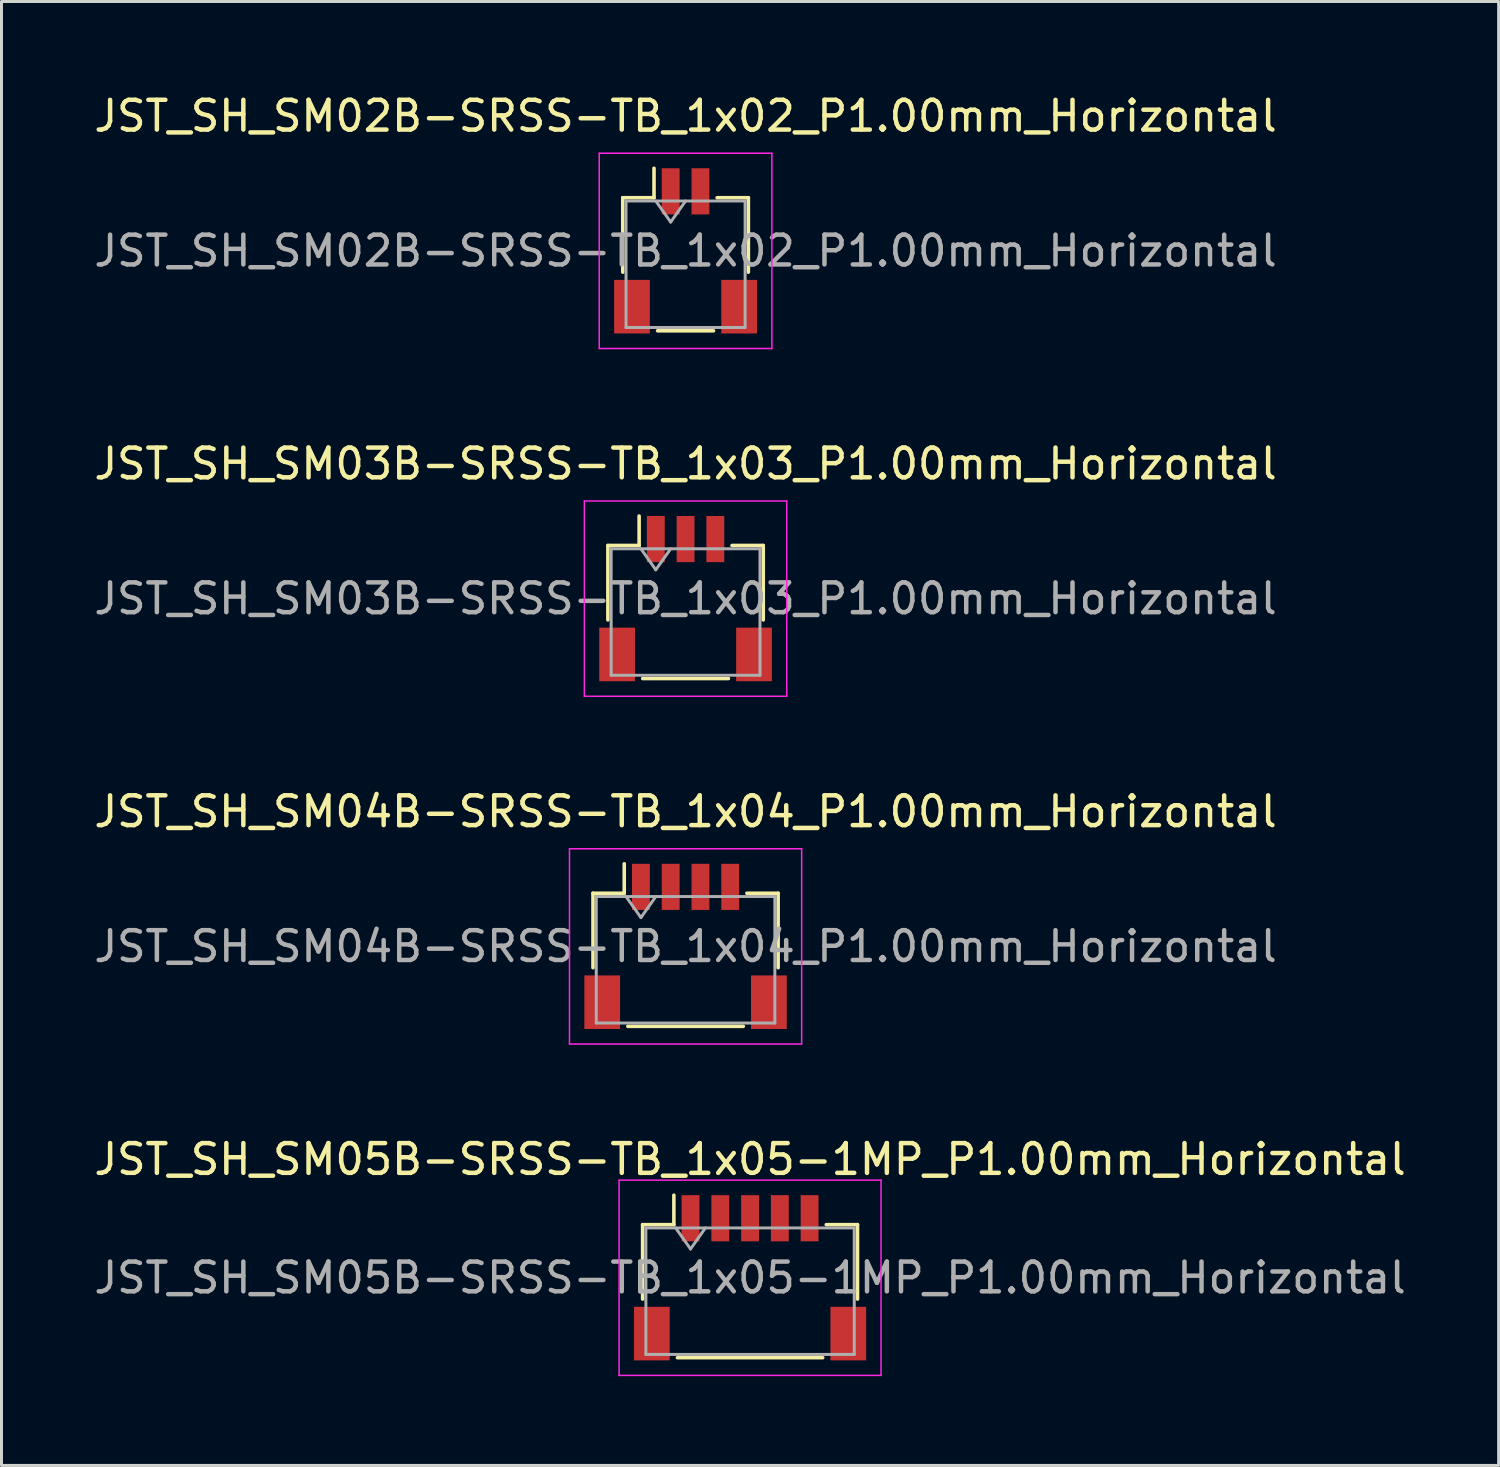
<source format=kicad_pcb>
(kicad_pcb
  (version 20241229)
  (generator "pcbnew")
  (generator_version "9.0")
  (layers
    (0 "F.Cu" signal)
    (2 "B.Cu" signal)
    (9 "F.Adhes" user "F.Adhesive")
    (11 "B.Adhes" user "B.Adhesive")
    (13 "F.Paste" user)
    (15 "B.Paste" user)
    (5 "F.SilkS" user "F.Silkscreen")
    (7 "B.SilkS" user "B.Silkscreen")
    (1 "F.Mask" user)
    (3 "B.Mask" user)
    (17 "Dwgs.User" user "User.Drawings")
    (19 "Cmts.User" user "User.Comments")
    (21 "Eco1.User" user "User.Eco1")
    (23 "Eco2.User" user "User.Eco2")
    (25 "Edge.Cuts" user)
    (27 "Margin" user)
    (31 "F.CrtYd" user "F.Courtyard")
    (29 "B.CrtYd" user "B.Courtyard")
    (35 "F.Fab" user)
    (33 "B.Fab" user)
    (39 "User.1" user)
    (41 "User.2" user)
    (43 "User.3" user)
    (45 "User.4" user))
  (footprint "JST_SH_SM02B-SRSS-TB_1x02_P1.00mm_Horizontal"
    (layer "F.Cu")
    (at 19.982 5.378)
    (property "Reference" "JST_SH_SM02B-SRSS-TB_1x02_P1.00mm_Horizontal" (at 0 -4.53 0) (layer "F.SilkS") (effects (font (size 1 1) (thickness 0.15))))
    (attr smd)
    (fp_line (start -2.11 -1.785) (end -1.06 -1.785) (stroke (width 0.12) (type solid)) (layer "F.SilkS"))
    (fp_line (start -2.11 0.715) (end -2.11 -1.785) (stroke (width 0.12) (type solid)) (layer "F.SilkS"))
    (fp_line (start -1.06 -1.785) (end -1.06 -2.775) (stroke (width 0.12) (type solid)) (layer "F.SilkS"))
    (fp_line (start -0.94 2.685) (end 0.94 2.685) (stroke (width 0.12) (type solid)) (layer "F.SilkS"))
    (fp_line (start 2.11 -1.785) (end 1.06 -1.785) (stroke (width 0.12) (type solid)) (layer "F.SilkS"))
    (fp_line (start 2.11 0.715) (end 2.11 -1.785) (stroke (width 0.12) (type solid)) (layer "F.SilkS"))
    (fp_line (start -2.9 -3.28) (end -2.9 3.28) (stroke (width 0.05) (type solid)) (layer "F.CrtYd"))
    (fp_line (start -2.9 3.28) (end 2.9 3.28) (stroke (width 0.05) (type solid)) (layer "F.CrtYd"))
    (fp_line (start 2.9 -3.28) (end -2.9 -3.28) (stroke (width 0.05) (type solid)) (layer "F.CrtYd"))
    (fp_line (start 2.9 3.28) (end 2.9 -3.28) (stroke (width 0.05) (type solid)) (layer "F.CrtYd"))
    (fp_line (start -2 -1.675) (end -2 2.575) (stroke (width 0.1) (type solid)) (layer "F.Fab"))
    (fp_line (start -2 -1.675) (end 2 -1.675) (stroke (width 0.1) (type solid)) (layer "F.Fab"))
    (fp_line (start -2 2.575) (end 2 2.575) (stroke (width 0.1) (type solid)) (layer "F.Fab"))
    (fp_line (start -1 -1.675) (end -0.5 -0.968) (stroke (width 0.1) (type solid)) (layer "F.Fab"))
    (fp_line (start -0.5 -0.968) (end 0 -1.675) (stroke (width 0.1) (type solid)) (layer "F.Fab"))
    (fp_line (start 2 -1.675) (end 2 2.575) (stroke (width 0.1) (type solid)) (layer "F.Fab"))
    (fp_text user "${REFERENCE}" (at 0 0 0) (layer "F.Fab") (effects (font (size 1 1) (thickness 0.15))))
    (pad "" smd rect (at -1.8 1.875) (size 1.2 1.8) (layers "F.Cu" "F.Mask" "F.Paste"))
    (pad "" smd rect (at 1.8 1.875) (size 1.2 1.8) (layers "F.Cu" "F.Mask" "F.Paste"))
    (pad "1" smd rect (at -0.5 -2) (size 0.6 1.55) (layers "F.Cu" "F.Mask" "F.Paste"))
    (pad "2" smd rect (at 0.5 -2) (size 0.6 1.55) (layers "F.Cu" "F.Mask" "F.Paste")))
  (footprint "JST_SH_SM03B-SRSS-TB_1x03_P1.00mm_Horizontal"
    (layer "F.Cu")
    (at 19.982 17.061)
    (property "Reference" "JST_SH_SM03B-SRSS-TB_1x03_P1.00mm_Horizontal" (at 0 -4.53 0) (layer "F.SilkS") (effects (font (size 1 1) (thickness 0.15))))
    (attr smd)
    (fp_line (start -2.61 -1.785) (end -1.56 -1.785) (stroke (width 0.12) (type solid)) (layer "F.SilkS"))
    (fp_line (start -2.61 0.715) (end -2.61 -1.785) (stroke (width 0.12) (type solid)) (layer "F.SilkS"))
    (fp_line (start -1.56 -1.785) (end -1.56 -2.775) (stroke (width 0.12) (type solid)) (layer "F.SilkS"))
    (fp_line (start -1.44 2.685) (end 1.44 2.685) (stroke (width 0.12) (type solid)) (layer "F.SilkS"))
    (fp_line (start 2.61 -1.785) (end 1.56 -1.785) (stroke (width 0.12) (type solid)) (layer "F.SilkS"))
    (fp_line (start 2.61 0.715) (end 2.61 -1.785) (stroke (width 0.12) (type solid)) (layer "F.SilkS"))
    (fp_line (start -3.4 -3.28) (end -3.4 3.28) (stroke (width 0.05) (type solid)) (layer "F.CrtYd"))
    (fp_line (start -3.4 3.28) (end 3.4 3.28) (stroke (width 0.05) (type solid)) (layer "F.CrtYd"))
    (fp_line (start 3.4 -3.28) (end -3.4 -3.28) (stroke (width 0.05) (type solid)) (layer "F.CrtYd"))
    (fp_line (start 3.4 3.28) (end 3.4 -3.28) (stroke (width 0.05) (type solid)) (layer "F.CrtYd"))
    (fp_line (start -2.5 -1.675) (end -2.5 2.575) (stroke (width 0.1) (type solid)) (layer "F.Fab"))
    (fp_line (start -2.5 -1.675) (end 2.5 -1.675) (stroke (width 0.1) (type solid)) (layer "F.Fab"))
    (fp_line (start -2.5 2.575) (end 2.5 2.575) (stroke (width 0.1) (type solid)) (layer "F.Fab"))
    (fp_line (start -1.5 -1.675) (end -1 -0.968) (stroke (width 0.1) (type solid)) (layer "F.Fab"))
    (fp_line (start -1 -0.968) (end -0.5 -1.675) (stroke (width 0.1) (type solid)) (layer "F.Fab"))
    (fp_line (start 2.5 -1.675) (end 2.5 2.575) (stroke (width 0.1) (type solid)) (layer "F.Fab"))
    (fp_text user "${REFERENCE}" (at 0 0 0) (layer "F.Fab") (effects (font (size 1 1) (thickness 0.15))))
    (pad "" smd rect (at -2.3 1.875) (size 1.2 1.8) (layers "F.Cu" "F.Mask" "F.Paste"))
    (pad "" smd rect (at 2.3 1.875) (size 1.2 1.8) (layers "F.Cu" "F.Mask" "F.Paste"))
    (pad "1" smd rect (at -1 -2) (size 0.6 1.55) (layers "F.Cu" "F.Mask" "F.Paste"))
    (pad "2" smd rect (at 0 -2) (size 0.6 1.55) (layers "F.Cu" "F.Mask" "F.Paste"))
    (pad "3" smd rect (at 1 -2) (size 0.6 1.55) (layers "F.Cu" "F.Mask" "F.Paste")))
  (footprint "JST_SH_SM05B-SRSS-TB_1x05-1MP_P1.00mm_Horizontal"
    (layer "F.Cu")
    (at 22.149 39.878)
    (property "Reference" "JST_SH_SM05B-SRSS-TB_1x05-1MP_P1.00mm_Horizontal" (at 0 -3.98 0) (layer "F.SilkS") (effects (font (size 1 1) (thickness 0.15))))
    (attr smd)
    (fp_line (start -3.61 -1.785) (end -2.56 -1.785) (stroke (width 0.12) (type solid)) (layer "F.SilkS"))
    (fp_line (start -3.61 0.715) (end -3.61 -1.785) (stroke (width 0.12) (type solid)) (layer "F.SilkS"))
    (fp_line (start -2.56 -1.785) (end -2.56 -2.775) (stroke (width 0.12) (type solid)) (layer "F.SilkS"))
    (fp_line (start -2.44 2.685) (end 2.44 2.685) (stroke (width 0.12) (type solid)) (layer "F.SilkS"))
    (fp_line (start 3.61 -1.785) (end 2.56 -1.785) (stroke (width 0.12) (type solid)) (layer "F.SilkS"))
    (fp_line (start 3.61 0.715) (end 3.61 -1.785) (stroke (width 0.12) (type solid)) (layer "F.SilkS"))
    (fp_line (start -4.4 -3.28) (end -4.4 3.28) (stroke (width 0.05) (type solid)) (layer "F.CrtYd"))
    (fp_line (start -4.4 3.28) (end 4.4 3.28) (stroke (width 0.05) (type solid)) (layer "F.CrtYd"))
    (fp_line (start 4.4 -3.28) (end -4.4 -3.28) (stroke (width 0.05) (type solid)) (layer "F.CrtYd"))
    (fp_line (start 4.4 3.28) (end 4.4 -3.28) (stroke (width 0.05) (type solid)) (layer "F.CrtYd"))
    (fp_line (start -3.5 -1.675) (end -3.5 2.575) (stroke (width 0.1) (type solid)) (layer "F.Fab"))
    (fp_line (start -3.5 -1.675) (end 3.5 -1.675) (stroke (width 0.1) (type solid)) (layer "F.Fab"))
    (fp_line (start -3.5 2.575) (end 3.5 2.575) (stroke (width 0.1) (type solid)) (layer "F.Fab"))
    (fp_line (start -2.5 -1.675) (end -2 -0.968) (stroke (width 0.1) (type solid)) (layer "F.Fab"))
    (fp_line (start -2 -0.968) (end -1.5 -1.675) (stroke (width 0.1) (type solid)) (layer "F.Fab"))
    (fp_line (start 3.5 -1.675) (end 3.5 2.575) (stroke (width 0.1) (type solid)) (layer "F.Fab"))
    (fp_text user "${REFERENCE}" (at 0 0 0) (layer "F.Fab") (effects (font (size 1 1) (thickness 0.15))))
    (pad "1" smd rect (at -2 -2) (size 0.6 1.55) (layers "F.Cu" "F.Mask" "F.Paste"))
    (pad "2" smd rect (at -1 -2) (size 0.6 1.55) (layers "F.Cu" "F.Mask" "F.Paste"))
    (pad "3" smd rect (at 0 -2) (size 0.6 1.55) (layers "F.Cu" "F.Mask" "F.Paste"))
    (pad "4" smd rect (at 1 -2) (size 0.6 1.55) (layers "F.Cu" "F.Mask" "F.Paste"))
    (pad "5" smd rect (at 2 -2) (size 0.6 1.55) (layers "F.Cu" "F.Mask" "F.Paste"))
    (pad "MP" smd rect (at -3.3 1.875) (size 1.2 1.8) (layers "F.Cu" "F.Mask" "F.Paste"))
    (pad "MP" smd rect (at 3.3 1.875) (size 1.2 1.8) (layers "F.Cu" "F.Mask" "F.Paste")))
  (footprint "JST_SH_SM04B-SRSS-TB_1x04_P1.00mm_Horizontal"
    (layer "F.Cu")
    (at 19.982 28.745)
    (property "Reference" "JST_SH_SM04B-SRSS-TB_1x04_P1.00mm_Horizontal" (at 0 -4.53 0) (layer "F.SilkS") (effects (font (size 1 1) (thickness 0.15))))
    (attr smd)
    (fp_line (start -3.11 -1.785) (end -2.06 -1.785) (stroke (width 0.12) (type solid)) (layer "F.SilkS"))
    (fp_line (start -3.11 0.715) (end -3.11 -1.785) (stroke (width 0.12) (type solid)) (layer "F.SilkS"))
    (fp_line (start -2.06 -1.785) (end -2.06 -2.775) (stroke (width 0.12) (type solid)) (layer "F.SilkS"))
    (fp_line (start -1.94 2.685) (end 1.94 2.685) (stroke (width 0.12) (type solid)) (layer "F.SilkS"))
    (fp_line (start 3.11 -1.785) (end 2.06 -1.785) (stroke (width 0.12) (type solid)) (layer "F.SilkS"))
    (fp_line (start 3.11 0.715) (end 3.11 -1.785) (stroke (width 0.12) (type solid)) (layer "F.SilkS"))
    (fp_line (start -3.9 -3.28) (end -3.9 3.28) (stroke (width 0.05) (type solid)) (layer "F.CrtYd"))
    (fp_line (start -3.9 3.28) (end 3.9 3.28) (stroke (width 0.05) (type solid)) (layer "F.CrtYd"))
    (fp_line (start 3.9 -3.28) (end -3.9 -3.28) (stroke (width 0.05) (type solid)) (layer "F.CrtYd"))
    (fp_line (start 3.9 3.28) (end 3.9 -3.28) (stroke (width 0.05) (type solid)) (layer "F.CrtYd"))
    (fp_line (start -3 -1.675) (end -3 2.575) (stroke (width 0.1) (type solid)) (layer "F.Fab"))
    (fp_line (start -3 -1.675) (end 3 -1.675) (stroke (width 0.1) (type solid)) (layer "F.Fab"))
    (fp_line (start -3 2.575) (end 3 2.575) (stroke (width 0.1) (type solid)) (layer "F.Fab"))
    (fp_line (start -2 -1.675) (end -1.5 -0.968) (stroke (width 0.1) (type solid)) (layer "F.Fab"))
    (fp_line (start -1.5 -0.968) (end -1 -1.675) (stroke (width 0.1) (type solid)) (layer "F.Fab"))
    (fp_line (start 3 -1.675) (end 3 2.575) (stroke (width 0.1) (type solid)) (layer "F.Fab"))
    (fp_text user "${REFERENCE}" (at 0 0 0) (layer "F.Fab") (effects (font (size 1 1) (thickness 0.15))))
    (pad "" smd rect (at -2.8 1.875) (size 1.2 1.8) (layers "F.Cu" "F.Mask" "F.Paste"))
    (pad "" smd rect (at 2.8 1.875) (size 1.2 1.8) (layers "F.Cu" "F.Mask" "F.Paste"))
    (pad "1" smd rect (at -1.5 -2) (size 0.6 1.55) (layers "F.Cu" "F.Mask" "F.Paste"))
    (pad "2" smd rect (at -0.5 -2) (size 0.6 1.55) (layers "F.Cu" "F.Mask" "F.Paste"))
    (pad "3" smd rect (at 0.5 -2) (size 0.6 1.55) (layers "F.Cu" "F.Mask" "F.Paste"))
    (pad "4" smd rect (at 1.5 -2) (size 0.6 1.55) (layers "F.Cu" "F.Mask" "F.Paste")))
  (gr_rect
    (start -3 -3)
    (end 47.298 46.183)
    (stroke (width 0.1) (type default))
    (fill no)
    (layer "Edge.Cuts")))
</source>
